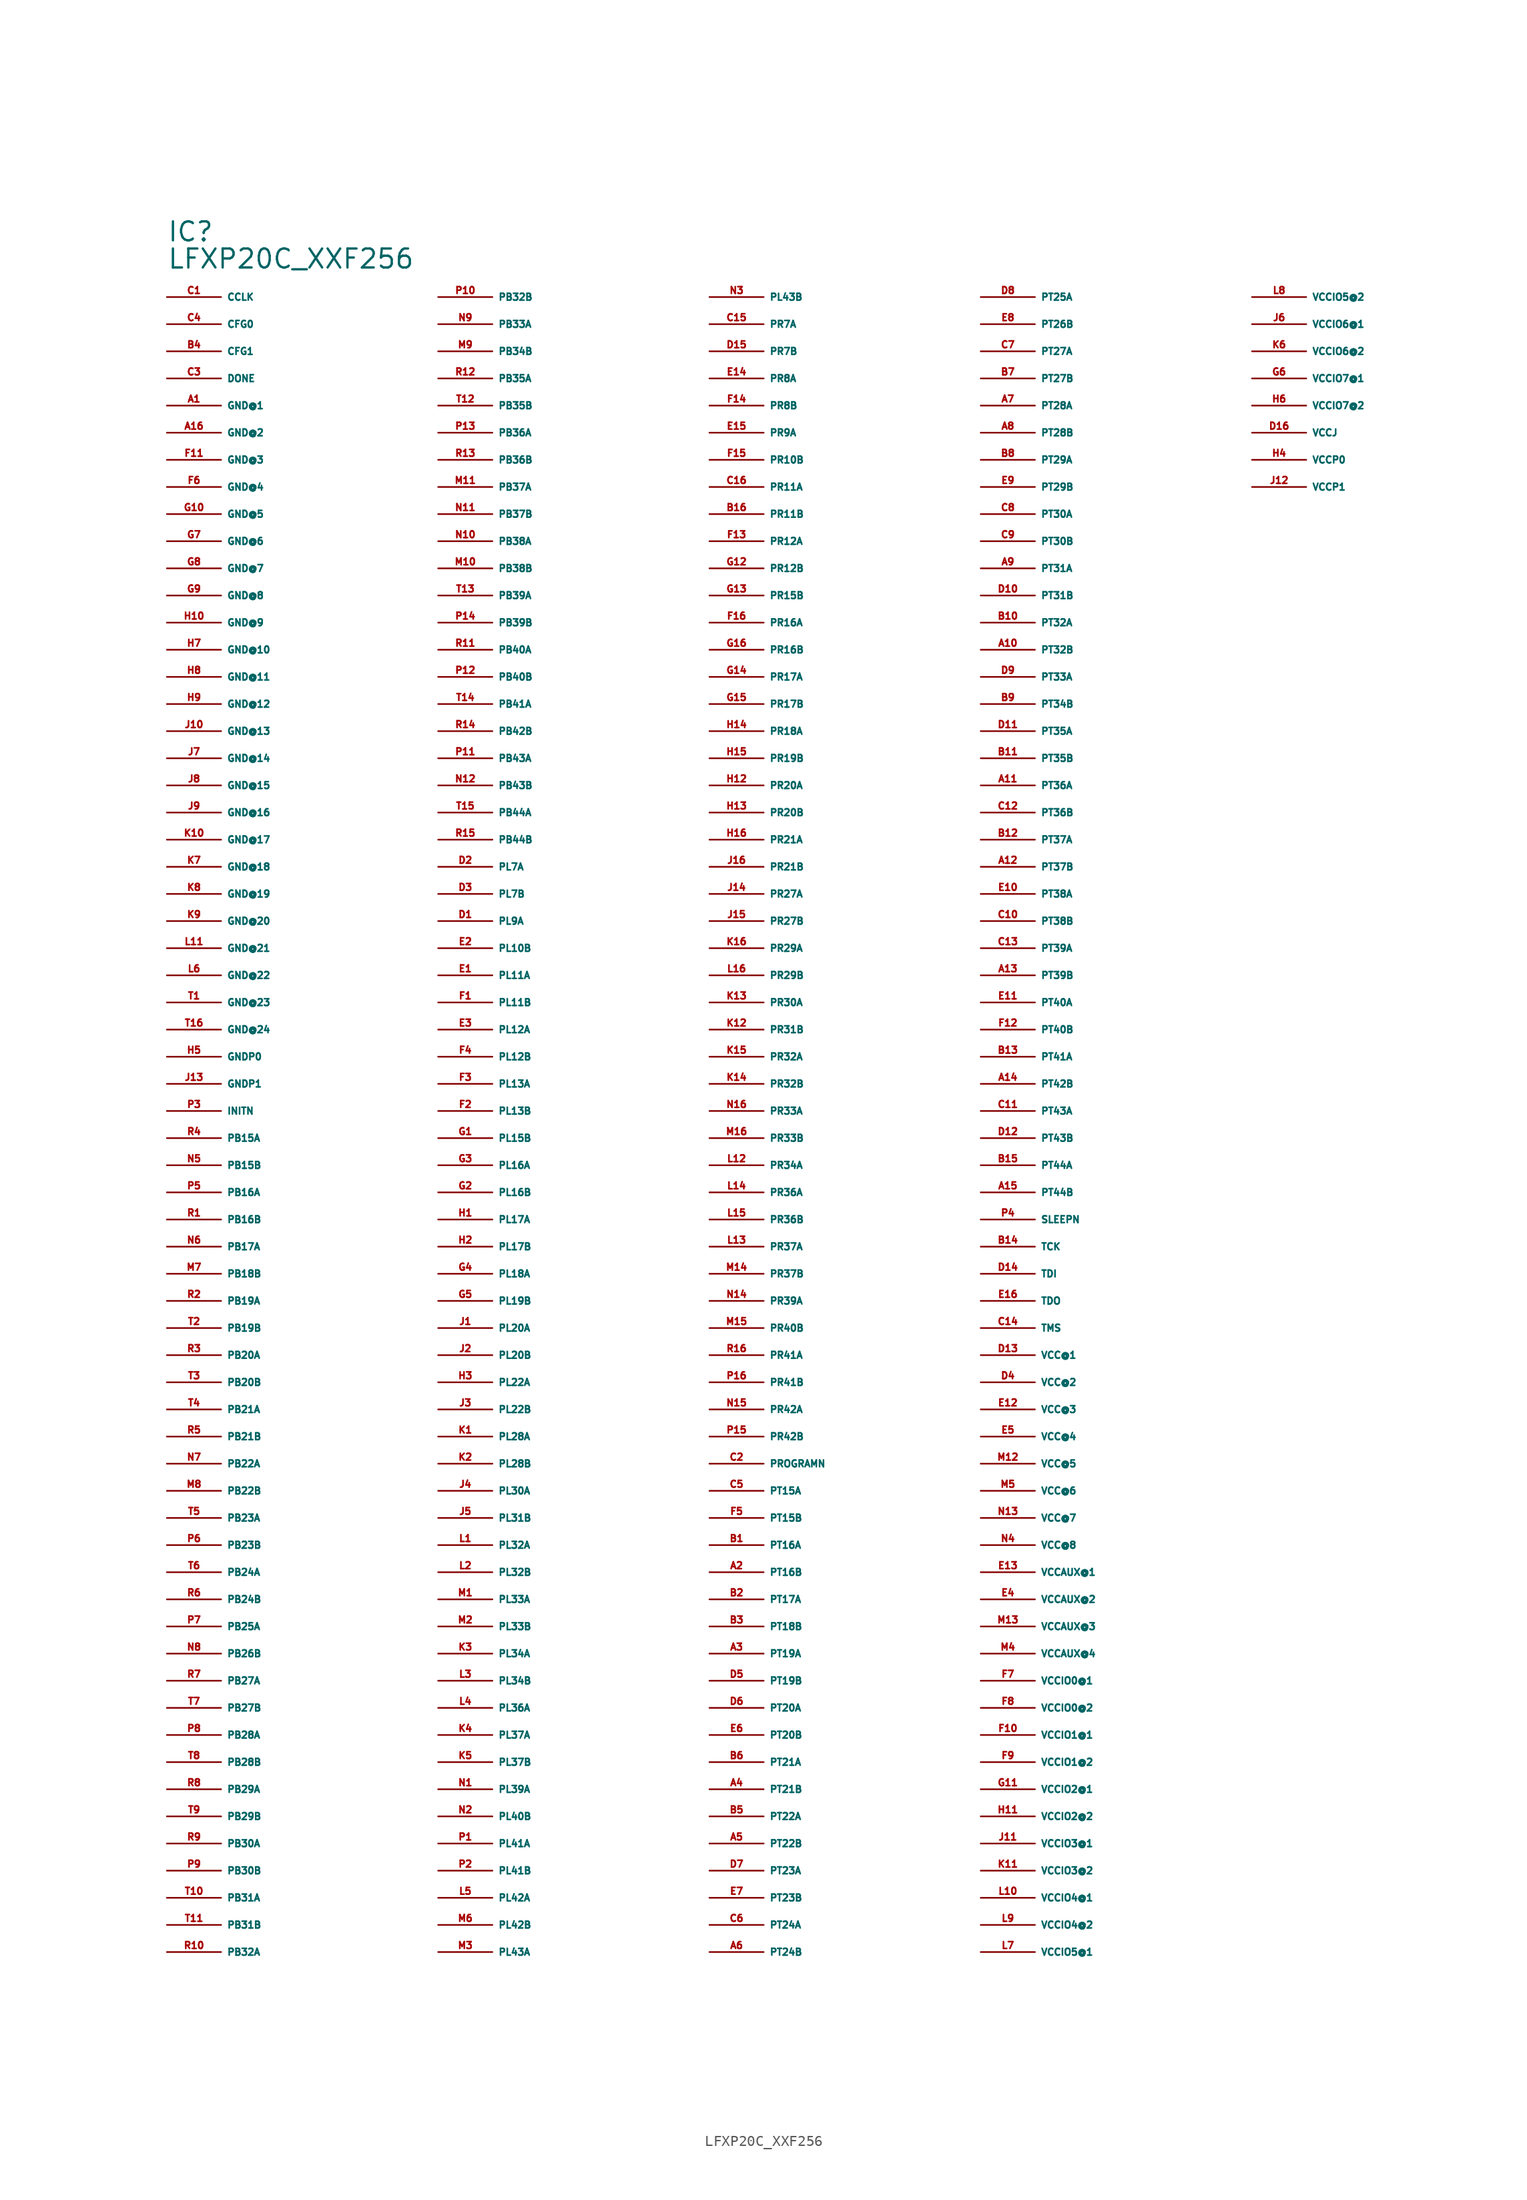
<source format=kicad_sym>
(kicad_symbol_lib
  (version 20220914)
  (generator Eagle2Kicad)
  (symbol "LFXP20C_XXF256"
    (property "Reference" "IC"
      (at -55.88 86.36 0)
      (effects (font (size 1.778 1.778) (thickness 0.22)) (justify left bottom)))
    (property "Value" "LFXP20C_XXF256"
      (at -55.88 83.82 0)
      (effects (font (size 1.778 1.778) (thickness 0.22)) (justify left bottom)))
    (pin bidirectional line
      (at -55.88 81.28 0)
      (length 5.08)
      (name "CCLK" (effects (font (size 0.635 0.635) (thickness 0.08)) (justify left bottom)))
      (number "C1" (effects (font (size 0.635 0.635) (thickness 0.08)) (justify left bottom))))
    (pin input line
      (at -55.88 78.74 0)
      (length 5.08)
      (name "CFG0" (effects (font (size 0.635 0.635) (thickness 0.08)) (justify left bottom)))
      (number "C4" (effects (font (size 0.635 0.635) (thickness 0.08)) (justify left bottom))))
    (pin input line
      (at -55.88 76.2 0)
      (length 5.08)
      (name "CFG1" (effects (font (size 0.635 0.635) (thickness 0.08)) (justify left bottom)))
      (number "B4" (effects (font (size 0.635 0.635) (thickness 0.08)) (justify left bottom))))
    (pin bidirectional line
      (at -55.88 73.66 0)
      (length 5.08)
      (name "DONE" (effects (font (size 0.635 0.635) (thickness 0.08)) (justify left bottom)))
      (number "C3" (effects (font (size 0.635 0.635) (thickness 0.08)) (justify left bottom))))
    (pin unspecified line
      (at -55.88 71.12 0)
      (length 5.08)
      (name "GND@1" (effects (font (size 0.635 0.635) (thickness 0.08)) (justify left bottom)))
      (number "A1" (effects (font (size 0.635 0.635) (thickness 0.08)) (justify left bottom))))
    (pin unspecified line
      (at -55.88 68.58 0)
      (length 5.08)
      (name "GND@2" (effects (font (size 0.635 0.635) (thickness 0.08)) (justify left bottom)))
      (number "A16" (effects (font (size 0.635 0.635) (thickness 0.08)) (justify left bottom))))
    (pin unspecified line
      (at -55.88 66.04 0)
      (length 5.08)
      (name "GND@3" (effects (font (size 0.635 0.635) (thickness 0.08)) (justify left bottom)))
      (number "F11" (effects (font (size 0.635 0.635) (thickness 0.08)) (justify left bottom))))
    (pin unspecified line
      (at -55.88 63.5 0)
      (length 5.08)
      (name "GND@4" (effects (font (size 0.635 0.635) (thickness 0.08)) (justify left bottom)))
      (number "F6" (effects (font (size 0.635 0.635) (thickness 0.08)) (justify left bottom))))
    (pin unspecified line
      (at -55.88 60.96 0)
      (length 5.08)
      (name "GND@5" (effects (font (size 0.635 0.635) (thickness 0.08)) (justify left bottom)))
      (number "G10" (effects (font (size 0.635 0.635) (thickness 0.08)) (justify left bottom))))
    (pin unspecified line
      (at -55.88 58.42 0)
      (length 5.08)
      (name "GND@6" (effects (font (size 0.635 0.635) (thickness 0.08)) (justify left bottom)))
      (number "G7" (effects (font (size 0.635 0.635) (thickness 0.08)) (justify left bottom))))
    (pin unspecified line
      (at -55.88 55.88 0)
      (length 5.08)
      (name "GND@7" (effects (font (size 0.635 0.635) (thickness 0.08)) (justify left bottom)))
      (number "G8" (effects (font (size 0.635 0.635) (thickness 0.08)) (justify left bottom))))
    (pin unspecified line
      (at -55.88 53.34 0)
      (length 5.08)
      (name "GND@8" (effects (font (size 0.635 0.635) (thickness 0.08)) (justify left bottom)))
      (number "G9" (effects (font (size 0.635 0.635) (thickness 0.08)) (justify left bottom))))
    (pin unspecified line
      (at -55.88 50.8 0)
      (length 5.08)
      (name "GND@9" (effects (font (size 0.635 0.635) (thickness 0.08)) (justify left bottom)))
      (number "H10" (effects (font (size 0.635 0.635) (thickness 0.08)) (justify left bottom))))
    (pin unspecified line
      (at -55.88 48.26 0)
      (length 5.08)
      (name "GND@10" (effects (font (size 0.635 0.635) (thickness 0.08)) (justify left bottom)))
      (number "H7" (effects (font (size 0.635 0.635) (thickness 0.08)) (justify left bottom))))
    (pin unspecified line
      (at -55.88 45.72 0)
      (length 5.08)
      (name "GND@11" (effects (font (size 0.635 0.635) (thickness 0.08)) (justify left bottom)))
      (number "H8" (effects (font (size 0.635 0.635) (thickness 0.08)) (justify left bottom))))
    (pin unspecified line
      (at -55.88 43.18 0)
      (length 5.08)
      (name "GND@12" (effects (font (size 0.635 0.635) (thickness 0.08)) (justify left bottom)))
      (number "H9" (effects (font (size 0.635 0.635) (thickness 0.08)) (justify left bottom))))
    (pin unspecified line
      (at -55.88 40.64 0)
      (length 5.08)
      (name "GND@13" (effects (font (size 0.635 0.635) (thickness 0.08)) (justify left bottom)))
      (number "J10" (effects (font (size 0.635 0.635) (thickness 0.08)) (justify left bottom))))
    (pin unspecified line
      (at -55.88 38.1 0)
      (length 5.08)
      (name "GND@14" (effects (font (size 0.635 0.635) (thickness 0.08)) (justify left bottom)))
      (number "J7" (effects (font (size 0.635 0.635) (thickness 0.08)) (justify left bottom))))
    (pin unspecified line
      (at -55.88 35.56 0)
      (length 5.08)
      (name "GND@15" (effects (font (size 0.635 0.635) (thickness 0.08)) (justify left bottom)))
      (number "J8" (effects (font (size 0.635 0.635) (thickness 0.08)) (justify left bottom))))
    (pin unspecified line
      (at -55.88 33.02 0)
      (length 5.08)
      (name "GND@16" (effects (font (size 0.635 0.635) (thickness 0.08)) (justify left bottom)))
      (number "J9" (effects (font (size 0.635 0.635) (thickness 0.08)) (justify left bottom))))
    (pin unspecified line
      (at -55.88 30.48 0)
      (length 5.08)
      (name "GND@17" (effects (font (size 0.635 0.635) (thickness 0.08)) (justify left bottom)))
      (number "K10" (effects (font (size 0.635 0.635) (thickness 0.08)) (justify left bottom))))
    (pin unspecified line
      (at -55.88 27.94 0)
      (length 5.08)
      (name "GND@18" (effects (font (size 0.635 0.635) (thickness 0.08)) (justify left bottom)))
      (number "K7" (effects (font (size 0.635 0.635) (thickness 0.08)) (justify left bottom))))
    (pin unspecified line
      (at -55.88 25.4 0)
      (length 5.08)
      (name "GND@19" (effects (font (size 0.635 0.635) (thickness 0.08)) (justify left bottom)))
      (number "K8" (effects (font (size 0.635 0.635) (thickness 0.08)) (justify left bottom))))
    (pin unspecified line
      (at -55.88 22.86 0)
      (length 5.08)
      (name "GND@20" (effects (font (size 0.635 0.635) (thickness 0.08)) (justify left bottom)))
      (number "K9" (effects (font (size 0.635 0.635) (thickness 0.08)) (justify left bottom))))
    (pin unspecified line
      (at -55.88 20.32 0)
      (length 5.08)
      (name "GND@21" (effects (font (size 0.635 0.635) (thickness 0.08)) (justify left bottom)))
      (number "L11" (effects (font (size 0.635 0.635) (thickness 0.08)) (justify left bottom))))
    (pin unspecified line
      (at -55.88 17.78 0)
      (length 5.08)
      (name "GND@22" (effects (font (size 0.635 0.635) (thickness 0.08)) (justify left bottom)))
      (number "L6" (effects (font (size 0.635 0.635) (thickness 0.08)) (justify left bottom))))
    (pin unspecified line
      (at -55.88 15.24 0)
      (length 5.08)
      (name "GND@23" (effects (font (size 0.635 0.635) (thickness 0.08)) (justify left bottom)))
      (number "T1" (effects (font (size 0.635 0.635) (thickness 0.08)) (justify left bottom))))
    (pin unspecified line
      (at -55.88 12.7 0)
      (length 5.08)
      (name "GND@24" (effects (font (size 0.635 0.635) (thickness 0.08)) (justify left bottom)))
      (number "T16" (effects (font (size 0.635 0.635) (thickness 0.08)) (justify left bottom))))
    (pin unspecified line
      (at -55.88 10.16 0)
      (length 5.08)
      (name "GNDP0" (effects (font (size 0.635 0.635) (thickness 0.08)) (justify left bottom)))
      (number "H5" (effects (font (size 0.635 0.635) (thickness 0.08)) (justify left bottom))))
    (pin unspecified line
      (at -55.88 7.62 0)
      (length 5.08)
      (name "GNDP1" (effects (font (size 0.635 0.635) (thickness 0.08)) (justify left bottom)))
      (number "J13" (effects (font (size 0.635 0.635) (thickness 0.08)) (justify left bottom))))
    (pin bidirectional line
      (at -55.88 5.08 0)
      (length 5.08)
      (name "INITN" (effects (font (size 0.635 0.635) (thickness 0.08)) (justify left bottom)))
      (number "P3" (effects (font (size 0.635 0.635) (thickness 0.08)) (justify left bottom))))
    (pin bidirectional line
      (at -55.88 2.54 0)
      (length 5.08)
      (name "PB15A" (effects (font (size 0.635 0.635) (thickness 0.08)) (justify left bottom)))
      (number "R4" (effects (font (size 0.635 0.635) (thickness 0.08)) (justify left bottom))))
    (pin bidirectional line
      (at -55.88 0 0)
      (length 5.08)
      (name "PB15B" (effects (font (size 0.635 0.635) (thickness 0.08)) (justify left bottom)))
      (number "N5" (effects (font (size 0.635 0.635) (thickness 0.08)) (justify left bottom))))
    (pin bidirectional line
      (at -55.88 -2.54 0)
      (length 5.08)
      (name "PB16A" (effects (font (size 0.635 0.635) (thickness 0.08)) (justify left bottom)))
      (number "P5" (effects (font (size 0.635 0.635) (thickness 0.08)) (justify left bottom))))
    (pin bidirectional line
      (at -55.88 -5.08 0)
      (length 5.08)
      (name "PB16B" (effects (font (size 0.635 0.635) (thickness 0.08)) (justify left bottom)))
      (number "R1" (effects (font (size 0.635 0.635) (thickness 0.08)) (justify left bottom))))
    (pin bidirectional line
      (at -55.88 -7.62 0)
      (length 5.08)
      (name "PB17A" (effects (font (size 0.635 0.635) (thickness 0.08)) (justify left bottom)))
      (number "N6" (effects (font (size 0.635 0.635) (thickness 0.08)) (justify left bottom))))
    (pin bidirectional line
      (at -55.88 -10.16 0)
      (length 5.08)
      (name "PB18B" (effects (font (size 0.635 0.635) (thickness 0.08)) (justify left bottom)))
      (number "M7" (effects (font (size 0.635 0.635) (thickness 0.08)) (justify left bottom))))
    (pin bidirectional line
      (at -55.88 -12.7 0)
      (length 5.08)
      (name "PB19A" (effects (font (size 0.635 0.635) (thickness 0.08)) (justify left bottom)))
      (number "R2" (effects (font (size 0.635 0.635) (thickness 0.08)) (justify left bottom))))
    (pin bidirectional line
      (at -55.88 -15.24 0)
      (length 5.08)
      (name "PB19B" (effects (font (size 0.635 0.635) (thickness 0.08)) (justify left bottom)))
      (number "T2" (effects (font (size 0.635 0.635) (thickness 0.08)) (justify left bottom))))
    (pin bidirectional line
      (at -55.88 -17.78 0)
      (length 5.08)
      (name "PB20A" (effects (font (size 0.635 0.635) (thickness 0.08)) (justify left bottom)))
      (number "R3" (effects (font (size 0.635 0.635) (thickness 0.08)) (justify left bottom))))
    (pin bidirectional line
      (at -55.88 -20.32 0)
      (length 5.08)
      (name "PB20B" (effects (font (size 0.635 0.635) (thickness 0.08)) (justify left bottom)))
      (number "T3" (effects (font (size 0.635 0.635) (thickness 0.08)) (justify left bottom))))
    (pin bidirectional line
      (at -55.88 -22.86 0)
      (length 5.08)
      (name "PB21A" (effects (font (size 0.635 0.635) (thickness 0.08)) (justify left bottom)))
      (number "T4" (effects (font (size 0.635 0.635) (thickness 0.08)) (justify left bottom))))
    (pin bidirectional line
      (at -55.88 -25.4 0)
      (length 5.08)
      (name "PB21B" (effects (font (size 0.635 0.635) (thickness 0.08)) (justify left bottom)))
      (number "R5" (effects (font (size 0.635 0.635) (thickness 0.08)) (justify left bottom))))
    (pin bidirectional line
      (at -55.88 -27.94 0)
      (length 5.08)
      (name "PB22A" (effects (font (size 0.635 0.635) (thickness 0.08)) (justify left bottom)))
      (number "N7" (effects (font (size 0.635 0.635) (thickness 0.08)) (justify left bottom))))
    (pin bidirectional line
      (at -55.88 -30.48 0)
      (length 5.08)
      (name "PB22B" (effects (font (size 0.635 0.635) (thickness 0.08)) (justify left bottom)))
      (number "M8" (effects (font (size 0.635 0.635) (thickness 0.08)) (justify left bottom))))
    (pin bidirectional line
      (at -55.88 -33.02 0)
      (length 5.08)
      (name "PB23A" (effects (font (size 0.635 0.635) (thickness 0.08)) (justify left bottom)))
      (number "T5" (effects (font (size 0.635 0.635) (thickness 0.08)) (justify left bottom))))
    (pin bidirectional line
      (at -55.88 -35.56 0)
      (length 5.08)
      (name "PB23B" (effects (font (size 0.635 0.635) (thickness 0.08)) (justify left bottom)))
      (number "P6" (effects (font (size 0.635 0.635) (thickness 0.08)) (justify left bottom))))
    (pin bidirectional line
      (at -55.88 -38.1 0)
      (length 5.08)
      (name "PB24A" (effects (font (size 0.635 0.635) (thickness 0.08)) (justify left bottom)))
      (number "T6" (effects (font (size 0.635 0.635) (thickness 0.08)) (justify left bottom))))
    (pin bidirectional line
      (at -55.88 -40.64 0)
      (length 5.08)
      (name "PB24B" (effects (font (size 0.635 0.635) (thickness 0.08)) (justify left bottom)))
      (number "R6" (effects (font (size 0.635 0.635) (thickness 0.08)) (justify left bottom))))
    (pin bidirectional line
      (at -55.88 -43.18 0)
      (length 5.08)
      (name "PB25A" (effects (font (size 0.635 0.635) (thickness 0.08)) (justify left bottom)))
      (number "P7" (effects (font (size 0.635 0.635) (thickness 0.08)) (justify left bottom))))
    (pin bidirectional line
      (at -55.88 -45.72 0)
      (length 5.08)
      (name "PB26B" (effects (font (size 0.635 0.635) (thickness 0.08)) (justify left bottom)))
      (number "N8" (effects (font (size 0.635 0.635) (thickness 0.08)) (justify left bottom))))
    (pin bidirectional line
      (at -55.88 -48.26 0)
      (length 5.08)
      (name "PB27A" (effects (font (size 0.635 0.635) (thickness 0.08)) (justify left bottom)))
      (number "R7" (effects (font (size 0.635 0.635) (thickness 0.08)) (justify left bottom))))
    (pin bidirectional line
      (at -55.88 -50.8 0)
      (length 5.08)
      (name "PB27B" (effects (font (size 0.635 0.635) (thickness 0.08)) (justify left bottom)))
      (number "T7" (effects (font (size 0.635 0.635) (thickness 0.08)) (justify left bottom))))
    (pin bidirectional line
      (at -55.88 -53.34 0)
      (length 5.08)
      (name "PB28A" (effects (font (size 0.635 0.635) (thickness 0.08)) (justify left bottom)))
      (number "P8" (effects (font (size 0.635 0.635) (thickness 0.08)) (justify left bottom))))
    (pin bidirectional line
      (at -55.88 -55.88 0)
      (length 5.08)
      (name "PB28B" (effects (font (size 0.635 0.635) (thickness 0.08)) (justify left bottom)))
      (number "T8" (effects (font (size 0.635 0.635) (thickness 0.08)) (justify left bottom))))
    (pin bidirectional line
      (at -55.88 -58.42 0)
      (length 5.08)
      (name "PB29A" (effects (font (size 0.635 0.635) (thickness 0.08)) (justify left bottom)))
      (number "R8" (effects (font (size 0.635 0.635) (thickness 0.08)) (justify left bottom))))
    (pin bidirectional line
      (at -55.88 -60.96 0)
      (length 5.08)
      (name "PB29B" (effects (font (size 0.635 0.635) (thickness 0.08)) (justify left bottom)))
      (number "T9" (effects (font (size 0.635 0.635) (thickness 0.08)) (justify left bottom))))
    (pin bidirectional line
      (at -55.88 -63.5 0)
      (length 5.08)
      (name "PB30A" (effects (font (size 0.635 0.635) (thickness 0.08)) (justify left bottom)))
      (number "R9" (effects (font (size 0.635 0.635) (thickness 0.08)) (justify left bottom))))
    (pin bidirectional line
      (at -55.88 -66.04 0)
      (length 5.08)
      (name "PB30B" (effects (font (size 0.635 0.635) (thickness 0.08)) (justify left bottom)))
      (number "P9" (effects (font (size 0.635 0.635) (thickness 0.08)) (justify left bottom))))
    (pin bidirectional line
      (at -55.88 -68.58 0)
      (length 5.08)
      (name "PB31A" (effects (font (size 0.635 0.635) (thickness 0.08)) (justify left bottom)))
      (number "T10" (effects (font (size 0.635 0.635) (thickness 0.08)) (justify left bottom))))
    (pin bidirectional line
      (at -55.88 -71.12 0)
      (length 5.08)
      (name "PB31B" (effects (font (size 0.635 0.635) (thickness 0.08)) (justify left bottom)))
      (number "T11" (effects (font (size 0.635 0.635) (thickness 0.08)) (justify left bottom))))
    (pin bidirectional line
      (at -55.88 -73.66 0)
      (length 5.08)
      (name "PB32A" (effects (font (size 0.635 0.635) (thickness 0.08)) (justify left bottom)))
      (number "R10" (effects (font (size 0.635 0.635) (thickness 0.08)) (justify left bottom))))
    (pin bidirectional line
      (at -30.48 81.28 0)
      (length 5.08)
      (name "PB32B" (effects (font (size 0.635 0.635) (thickness 0.08)) (justify left bottom)))
      (number "P10" (effects (font (size 0.635 0.635) (thickness 0.08)) (justify left bottom))))
    (pin bidirectional line
      (at -30.48 78.74 0)
      (length 5.08)
      (name "PB33A" (effects (font (size 0.635 0.635) (thickness 0.08)) (justify left bottom)))
      (number "N9" (effects (font (size 0.635 0.635) (thickness 0.08)) (justify left bottom))))
    (pin bidirectional line
      (at -30.48 76.2 0)
      (length 5.08)
      (name "PB34B" (effects (font (size 0.635 0.635) (thickness 0.08)) (justify left bottom)))
      (number "M9" (effects (font (size 0.635 0.635) (thickness 0.08)) (justify left bottom))))
    (pin bidirectional line
      (at -30.48 73.66 0)
      (length 5.08)
      (name "PB35A" (effects (font (size 0.635 0.635) (thickness 0.08)) (justify left bottom)))
      (number "R12" (effects (font (size 0.635 0.635) (thickness 0.08)) (justify left bottom))))
    (pin bidirectional line
      (at -30.48 71.12 0)
      (length 5.08)
      (name "PB35B" (effects (font (size 0.635 0.635) (thickness 0.08)) (justify left bottom)))
      (number "T12" (effects (font (size 0.635 0.635) (thickness 0.08)) (justify left bottom))))
    (pin bidirectional line
      (at -30.48 68.58 0)
      (length 5.08)
      (name "PB36A" (effects (font (size 0.635 0.635) (thickness 0.08)) (justify left bottom)))
      (number "P13" (effects (font (size 0.635 0.635) (thickness 0.08)) (justify left bottom))))
    (pin bidirectional line
      (at -30.48 66.04 0)
      (length 5.08)
      (name "PB36B" (effects (font (size 0.635 0.635) (thickness 0.08)) (justify left bottom)))
      (number "R13" (effects (font (size 0.635 0.635) (thickness 0.08)) (justify left bottom))))
    (pin bidirectional line
      (at -30.48 63.5 0)
      (length 5.08)
      (name "PB37A" (effects (font (size 0.635 0.635) (thickness 0.08)) (justify left bottom)))
      (number "M11" (effects (font (size 0.635 0.635) (thickness 0.08)) (justify left bottom))))
    (pin bidirectional line
      (at -30.48 60.96 0)
      (length 5.08)
      (name "PB37B" (effects (font (size 0.635 0.635) (thickness 0.08)) (justify left bottom)))
      (number "N11" (effects (font (size 0.635 0.635) (thickness 0.08)) (justify left bottom))))
    (pin bidirectional line
      (at -30.48 58.42 0)
      (length 5.08)
      (name "PB38A" (effects (font (size 0.635 0.635) (thickness 0.08)) (justify left bottom)))
      (number "N10" (effects (font (size 0.635 0.635) (thickness 0.08)) (justify left bottom))))
    (pin bidirectional line
      (at -30.48 55.88 0)
      (length 5.08)
      (name "PB38B" (effects (font (size 0.635 0.635) (thickness 0.08)) (justify left bottom)))
      (number "M10" (effects (font (size 0.635 0.635) (thickness 0.08)) (justify left bottom))))
    (pin bidirectional line
      (at -30.48 53.34 0)
      (length 5.08)
      (name "PB39A" (effects (font (size 0.635 0.635) (thickness 0.08)) (justify left bottom)))
      (number "T13" (effects (font (size 0.635 0.635) (thickness 0.08)) (justify left bottom))))
    (pin bidirectional line
      (at -30.48 50.8 0)
      (length 5.08)
      (name "PB39B" (effects (font (size 0.635 0.635) (thickness 0.08)) (justify left bottom)))
      (number "P14" (effects (font (size 0.635 0.635) (thickness 0.08)) (justify left bottom))))
    (pin bidirectional line
      (at -30.48 48.26 0)
      (length 5.08)
      (name "PB40A" (effects (font (size 0.635 0.635) (thickness 0.08)) (justify left bottom)))
      (number "R11" (effects (font (size 0.635 0.635) (thickness 0.08)) (justify left bottom))))
    (pin bidirectional line
      (at -30.48 45.72 0)
      (length 5.08)
      (name "PB40B" (effects (font (size 0.635 0.635) (thickness 0.08)) (justify left bottom)))
      (number "P12" (effects (font (size 0.635 0.635) (thickness 0.08)) (justify left bottom))))
    (pin bidirectional line
      (at -30.48 43.18 0)
      (length 5.08)
      (name "PB41A" (effects (font (size 0.635 0.635) (thickness 0.08)) (justify left bottom)))
      (number "T14" (effects (font (size 0.635 0.635) (thickness 0.08)) (justify left bottom))))
    (pin bidirectional line
      (at -30.48 40.64 0)
      (length 5.08)
      (name "PB42B" (effects (font (size 0.635 0.635) (thickness 0.08)) (justify left bottom)))
      (number "R14" (effects (font (size 0.635 0.635) (thickness 0.08)) (justify left bottom))))
    (pin bidirectional line
      (at -30.48 38.1 0)
      (length 5.08)
      (name "PB43A" (effects (font (size 0.635 0.635) (thickness 0.08)) (justify left bottom)))
      (number "P11" (effects (font (size 0.635 0.635) (thickness 0.08)) (justify left bottom))))
    (pin bidirectional line
      (at -30.48 35.56 0)
      (length 5.08)
      (name "PB43B" (effects (font (size 0.635 0.635) (thickness 0.08)) (justify left bottom)))
      (number "N12" (effects (font (size 0.635 0.635) (thickness 0.08)) (justify left bottom))))
    (pin bidirectional line
      (at -30.48 33.02 0)
      (length 5.08)
      (name "PB44A" (effects (font (size 0.635 0.635) (thickness 0.08)) (justify left bottom)))
      (number "T15" (effects (font (size 0.635 0.635) (thickness 0.08)) (justify left bottom))))
    (pin bidirectional line
      (at -30.48 30.48 0)
      (length 5.08)
      (name "PB44B" (effects (font (size 0.635 0.635) (thickness 0.08)) (justify left bottom)))
      (number "R15" (effects (font (size 0.635 0.635) (thickness 0.08)) (justify left bottom))))
    (pin bidirectional line
      (at -30.48 27.94 0)
      (length 5.08)
      (name "PL7A" (effects (font (size 0.635 0.635) (thickness 0.08)) (justify left bottom)))
      (number "D2" (effects (font (size 0.635 0.635) (thickness 0.08)) (justify left bottom))))
    (pin bidirectional line
      (at -30.48 25.4 0)
      (length 5.08)
      (name "PL7B" (effects (font (size 0.635 0.635) (thickness 0.08)) (justify left bottom)))
      (number "D3" (effects (font (size 0.635 0.635) (thickness 0.08)) (justify left bottom))))
    (pin bidirectional line
      (at -30.48 22.86 0)
      (length 5.08)
      (name "PL9A" (effects (font (size 0.635 0.635) (thickness 0.08)) (justify left bottom)))
      (number "D1" (effects (font (size 0.635 0.635) (thickness 0.08)) (justify left bottom))))
    (pin bidirectional line
      (at -30.48 20.32 0)
      (length 5.08)
      (name "PL10B" (effects (font (size 0.635 0.635) (thickness 0.08)) (justify left bottom)))
      (number "E2" (effects (font (size 0.635 0.635) (thickness 0.08)) (justify left bottom))))
    (pin bidirectional line
      (at -30.48 17.78 0)
      (length 5.08)
      (name "PL11A" (effects (font (size 0.635 0.635) (thickness 0.08)) (justify left bottom)))
      (number "E1" (effects (font (size 0.635 0.635) (thickness 0.08)) (justify left bottom))))
    (pin bidirectional line
      (at -30.48 15.24 0)
      (length 5.08)
      (name "PL11B" (effects (font (size 0.635 0.635) (thickness 0.08)) (justify left bottom)))
      (number "F1" (effects (font (size 0.635 0.635) (thickness 0.08)) (justify left bottom))))
    (pin bidirectional line
      (at -30.48 12.7 0)
      (length 5.08)
      (name "PL12A" (effects (font (size 0.635 0.635) (thickness 0.08)) (justify left bottom)))
      (number "E3" (effects (font (size 0.635 0.635) (thickness 0.08)) (justify left bottom))))
    (pin bidirectional line
      (at -30.48 10.16 0)
      (length 5.08)
      (name "PL12B" (effects (font (size 0.635 0.635) (thickness 0.08)) (justify left bottom)))
      (number "F4" (effects (font (size 0.635 0.635) (thickness 0.08)) (justify left bottom))))
    (pin bidirectional line
      (at -30.48 7.62 0)
      (length 5.08)
      (name "PL13A" (effects (font (size 0.635 0.635) (thickness 0.08)) (justify left bottom)))
      (number "F3" (effects (font (size 0.635 0.635) (thickness 0.08)) (justify left bottom))))
    (pin bidirectional line
      (at -30.48 5.08 0)
      (length 5.08)
      (name "PL13B" (effects (font (size 0.635 0.635) (thickness 0.08)) (justify left bottom)))
      (number "F2" (effects (font (size 0.635 0.635) (thickness 0.08)) (justify left bottom))))
    (pin bidirectional line
      (at -30.48 2.54 0)
      (length 5.08)
      (name "PL15B" (effects (font (size 0.635 0.635) (thickness 0.08)) (justify left bottom)))
      (number "G1" (effects (font (size 0.635 0.635) (thickness 0.08)) (justify left bottom))))
    (pin bidirectional line
      (at -30.48 0 0)
      (length 5.08)
      (name "PL16A" (effects (font (size 0.635 0.635) (thickness 0.08)) (justify left bottom)))
      (number "G3" (effects (font (size 0.635 0.635) (thickness 0.08)) (justify left bottom))))
    (pin bidirectional line
      (at -30.48 -2.54 0)
      (length 5.08)
      (name "PL16B" (effects (font (size 0.635 0.635) (thickness 0.08)) (justify left bottom)))
      (number "G2" (effects (font (size 0.635 0.635) (thickness 0.08)) (justify left bottom))))
    (pin bidirectional line
      (at -30.48 -5.08 0)
      (length 5.08)
      (name "PL17A" (effects (font (size 0.635 0.635) (thickness 0.08)) (justify left bottom)))
      (number "H1" (effects (font (size 0.635 0.635) (thickness 0.08)) (justify left bottom))))
    (pin bidirectional line
      (at -30.48 -7.62 0)
      (length 5.08)
      (name "PL17B" (effects (font (size 0.635 0.635) (thickness 0.08)) (justify left bottom)))
      (number "H2" (effects (font (size 0.635 0.635) (thickness 0.08)) (justify left bottom))))
    (pin bidirectional line
      (at -30.48 -10.16 0)
      (length 5.08)
      (name "PL18A" (effects (font (size 0.635 0.635) (thickness 0.08)) (justify left bottom)))
      (number "G4" (effects (font (size 0.635 0.635) (thickness 0.08)) (justify left bottom))))
    (pin bidirectional line
      (at -30.48 -12.7 0)
      (length 5.08)
      (name "PL19B" (effects (font (size 0.635 0.635) (thickness 0.08)) (justify left bottom)))
      (number "G5" (effects (font (size 0.635 0.635) (thickness 0.08)) (justify left bottom))))
    (pin bidirectional line
      (at -30.48 -15.24 0)
      (length 5.08)
      (name "PL20A" (effects (font (size 0.635 0.635) (thickness 0.08)) (justify left bottom)))
      (number "J1" (effects (font (size 0.635 0.635) (thickness 0.08)) (justify left bottom))))
    (pin bidirectional line
      (at -30.48 -17.78 0)
      (length 5.08)
      (name "PL20B" (effects (font (size 0.635 0.635) (thickness 0.08)) (justify left bottom)))
      (number "J2" (effects (font (size 0.635 0.635) (thickness 0.08)) (justify left bottom))))
    (pin bidirectional line
      (at -30.48 -20.32 0)
      (length 5.08)
      (name "PL22A" (effects (font (size 0.635 0.635) (thickness 0.08)) (justify left bottom)))
      (number "H3" (effects (font (size 0.635 0.635) (thickness 0.08)) (justify left bottom))))
    (pin bidirectional line
      (at -30.48 -22.86 0)
      (length 5.08)
      (name "PL22B" (effects (font (size 0.635 0.635) (thickness 0.08)) (justify left bottom)))
      (number "J3" (effects (font (size 0.635 0.635) (thickness 0.08)) (justify left bottom))))
    (pin bidirectional line
      (at -30.48 -25.4 0)
      (length 5.08)
      (name "PL28A" (effects (font (size 0.635 0.635) (thickness 0.08)) (justify left bottom)))
      (number "K1" (effects (font (size 0.635 0.635) (thickness 0.08)) (justify left bottom))))
    (pin bidirectional line
      (at -30.48 -27.94 0)
      (length 5.08)
      (name "PL28B" (effects (font (size 0.635 0.635) (thickness 0.08)) (justify left bottom)))
      (number "K2" (effects (font (size 0.635 0.635) (thickness 0.08)) (justify left bottom))))
    (pin bidirectional line
      (at -30.48 -30.48 0)
      (length 5.08)
      (name "PL30A" (effects (font (size 0.635 0.635) (thickness 0.08)) (justify left bottom)))
      (number "J4" (effects (font (size 0.635 0.635) (thickness 0.08)) (justify left bottom))))
    (pin bidirectional line
      (at -30.48 -33.02 0)
      (length 5.08)
      (name "PL31B" (effects (font (size 0.635 0.635) (thickness 0.08)) (justify left bottom)))
      (number "J5" (effects (font (size 0.635 0.635) (thickness 0.08)) (justify left bottom))))
    (pin bidirectional line
      (at -30.48 -35.56 0)
      (length 5.08)
      (name "PL32A" (effects (font (size 0.635 0.635) (thickness 0.08)) (justify left bottom)))
      (number "L1" (effects (font (size 0.635 0.635) (thickness 0.08)) (justify left bottom))))
    (pin bidirectional line
      (at -30.48 -38.1 0)
      (length 5.08)
      (name "PL32B" (effects (font (size 0.635 0.635) (thickness 0.08)) (justify left bottom)))
      (number "L2" (effects (font (size 0.635 0.635) (thickness 0.08)) (justify left bottom))))
    (pin bidirectional line
      (at -30.48 -40.64 0)
      (length 5.08)
      (name "PL33A" (effects (font (size 0.635 0.635) (thickness 0.08)) (justify left bottom)))
      (number "M1" (effects (font (size 0.635 0.635) (thickness 0.08)) (justify left bottom))))
    (pin bidirectional line
      (at -30.48 -43.18 0)
      (length 5.08)
      (name "PL33B" (effects (font (size 0.635 0.635) (thickness 0.08)) (justify left bottom)))
      (number "M2" (effects (font (size 0.635 0.635) (thickness 0.08)) (justify left bottom))))
    (pin bidirectional line
      (at -30.48 -45.72 0)
      (length 5.08)
      (name "PL34A" (effects (font (size 0.635 0.635) (thickness 0.08)) (justify left bottom)))
      (number "K3" (effects (font (size 0.635 0.635) (thickness 0.08)) (justify left bottom))))
    (pin bidirectional line
      (at -30.48 -48.26 0)
      (length 5.08)
      (name "PL34B" (effects (font (size 0.635 0.635) (thickness 0.08)) (justify left bottom)))
      (number "L3" (effects (font (size 0.635 0.635) (thickness 0.08)) (justify left bottom))))
    (pin bidirectional line
      (at -30.48 -50.8 0)
      (length 5.08)
      (name "PL36A" (effects (font (size 0.635 0.635) (thickness 0.08)) (justify left bottom)))
      (number "L4" (effects (font (size 0.635 0.635) (thickness 0.08)) (justify left bottom))))
    (pin bidirectional line
      (at -30.48 -53.34 0)
      (length 5.08)
      (name "PL37A" (effects (font (size 0.635 0.635) (thickness 0.08)) (justify left bottom)))
      (number "K4" (effects (font (size 0.635 0.635) (thickness 0.08)) (justify left bottom))))
    (pin bidirectional line
      (at -30.48 -55.88 0)
      (length 5.08)
      (name "PL37B" (effects (font (size 0.635 0.635) (thickness 0.08)) (justify left bottom)))
      (number "K5" (effects (font (size 0.635 0.635) (thickness 0.08)) (justify left bottom))))
    (pin bidirectional line
      (at -30.48 -58.42 0)
      (length 5.08)
      (name "PL39A" (effects (font (size 0.635 0.635) (thickness 0.08)) (justify left bottom)))
      (number "N1" (effects (font (size 0.635 0.635) (thickness 0.08)) (justify left bottom))))
    (pin bidirectional line
      (at -30.48 -60.96 0)
      (length 5.08)
      (name "PL40B" (effects (font (size 0.635 0.635) (thickness 0.08)) (justify left bottom)))
      (number "N2" (effects (font (size 0.635 0.635) (thickness 0.08)) (justify left bottom))))
    (pin bidirectional line
      (at -30.48 -63.5 0)
      (length 5.08)
      (name "PL41A" (effects (font (size 0.635 0.635) (thickness 0.08)) (justify left bottom)))
      (number "P1" (effects (font (size 0.635 0.635) (thickness 0.08)) (justify left bottom))))
    (pin bidirectional line
      (at -30.48 -66.04 0)
      (length 5.08)
      (name "PL41B" (effects (font (size 0.635 0.635) (thickness 0.08)) (justify left bottom)))
      (number "P2" (effects (font (size 0.635 0.635) (thickness 0.08)) (justify left bottom))))
    (pin bidirectional line
      (at -30.48 -68.58 0)
      (length 5.08)
      (name "PL42A" (effects (font (size 0.635 0.635) (thickness 0.08)) (justify left bottom)))
      (number "L5" (effects (font (size 0.635 0.635) (thickness 0.08)) (justify left bottom))))
    (pin bidirectional line
      (at -30.48 -71.12 0)
      (length 5.08)
      (name "PL42B" (effects (font (size 0.635 0.635) (thickness 0.08)) (justify left bottom)))
      (number "M6" (effects (font (size 0.635 0.635) (thickness 0.08)) (justify left bottom))))
    (pin bidirectional line
      (at -30.48 -73.66 0)
      (length 5.08)
      (name "PL43A" (effects (font (size 0.635 0.635) (thickness 0.08)) (justify left bottom)))
      (number "M3" (effects (font (size 0.635 0.635) (thickness 0.08)) (justify left bottom))))
    (pin bidirectional line
      (at -5.08 81.28 0)
      (length 5.08)
      (name "PL43B" (effects (font (size 0.635 0.635) (thickness 0.08)) (justify left bottom)))
      (number "N3" (effects (font (size 0.635 0.635) (thickness 0.08)) (justify left bottom))))
    (pin bidirectional line
      (at -5.08 78.74 0)
      (length 5.08)
      (name "PR7A" (effects (font (size 0.635 0.635) (thickness 0.08)) (justify left bottom)))
      (number "C15" (effects (font (size 0.635 0.635) (thickness 0.08)) (justify left bottom))))
    (pin bidirectional line
      (at -5.08 76.2 0)
      (length 5.08)
      (name "PR7B" (effects (font (size 0.635 0.635) (thickness 0.08)) (justify left bottom)))
      (number "D15" (effects (font (size 0.635 0.635) (thickness 0.08)) (justify left bottom))))
    (pin bidirectional line
      (at -5.08 73.66 0)
      (length 5.08)
      (name "PR8A" (effects (font (size 0.635 0.635) (thickness 0.08)) (justify left bottom)))
      (number "E14" (effects (font (size 0.635 0.635) (thickness 0.08)) (justify left bottom))))
    (pin bidirectional line
      (at -5.08 71.12 0)
      (length 5.08)
      (name "PR8B" (effects (font (size 0.635 0.635) (thickness 0.08)) (justify left bottom)))
      (number "F14" (effects (font (size 0.635 0.635) (thickness 0.08)) (justify left bottom))))
    (pin bidirectional line
      (at -5.08 68.58 0)
      (length 5.08)
      (name "PR9A" (effects (font (size 0.635 0.635) (thickness 0.08)) (justify left bottom)))
      (number "E15" (effects (font (size 0.635 0.635) (thickness 0.08)) (justify left bottom))))
    (pin bidirectional line
      (at -5.08 66.04 0)
      (length 5.08)
      (name "PR10B" (effects (font (size 0.635 0.635) (thickness 0.08)) (justify left bottom)))
      (number "F15" (effects (font (size 0.635 0.635) (thickness 0.08)) (justify left bottom))))
    (pin bidirectional line
      (at -5.08 63.5 0)
      (length 5.08)
      (name "PR11A" (effects (font (size 0.635 0.635) (thickness 0.08)) (justify left bottom)))
      (number "C16" (effects (font (size 0.635 0.635) (thickness 0.08)) (justify left bottom))))
    (pin bidirectional line
      (at -5.08 60.96 0)
      (length 5.08)
      (name "PR11B" (effects (font (size 0.635 0.635) (thickness 0.08)) (justify left bottom)))
      (number "B16" (effects (font (size 0.635 0.635) (thickness 0.08)) (justify left bottom))))
    (pin bidirectional line
      (at -5.08 58.42 0)
      (length 5.08)
      (name "PR12A" (effects (font (size 0.635 0.635) (thickness 0.08)) (justify left bottom)))
      (number "F13" (effects (font (size 0.635 0.635) (thickness 0.08)) (justify left bottom))))
    (pin bidirectional line
      (at -5.08 55.88 0)
      (length 5.08)
      (name "PR12B" (effects (font (size 0.635 0.635) (thickness 0.08)) (justify left bottom)))
      (number "G12" (effects (font (size 0.635 0.635) (thickness 0.08)) (justify left bottom))))
    (pin bidirectional line
      (at -5.08 53.34 0)
      (length 5.08)
      (name "PR15B" (effects (font (size 0.635 0.635) (thickness 0.08)) (justify left bottom)))
      (number "G13" (effects (font (size 0.635 0.635) (thickness 0.08)) (justify left bottom))))
    (pin bidirectional line
      (at -5.08 50.8 0)
      (length 5.08)
      (name "PR16A" (effects (font (size 0.635 0.635) (thickness 0.08)) (justify left bottom)))
      (number "F16" (effects (font (size 0.635 0.635) (thickness 0.08)) (justify left bottom))))
    (pin bidirectional line
      (at -5.08 48.26 0)
      (length 5.08)
      (name "PR16B" (effects (font (size 0.635 0.635) (thickness 0.08)) (justify left bottom)))
      (number "G16" (effects (font (size 0.635 0.635) (thickness 0.08)) (justify left bottom))))
    (pin bidirectional line
      (at -5.08 45.72 0)
      (length 5.08)
      (name "PR17A" (effects (font (size 0.635 0.635) (thickness 0.08)) (justify left bottom)))
      (number "G14" (effects (font (size 0.635 0.635) (thickness 0.08)) (justify left bottom))))
    (pin bidirectional line
      (at -5.08 43.18 0)
      (length 5.08)
      (name "PR17B" (effects (font (size 0.635 0.635) (thickness 0.08)) (justify left bottom)))
      (number "G15" (effects (font (size 0.635 0.635) (thickness 0.08)) (justify left bottom))))
    (pin bidirectional line
      (at -5.08 40.64 0)
      (length 5.08)
      (name "PR18A" (effects (font (size 0.635 0.635) (thickness 0.08)) (justify left bottom)))
      (number "H14" (effects (font (size 0.635 0.635) (thickness 0.08)) (justify left bottom))))
    (pin bidirectional line
      (at -5.08 38.1 0)
      (length 5.08)
      (name "PR19B" (effects (font (size 0.635 0.635) (thickness 0.08)) (justify left bottom)))
      (number "H15" (effects (font (size 0.635 0.635) (thickness 0.08)) (justify left bottom))))
    (pin bidirectional line
      (at -5.08 35.56 0)
      (length 5.08)
      (name "PR20A" (effects (font (size 0.635 0.635) (thickness 0.08)) (justify left bottom)))
      (number "H12" (effects (font (size 0.635 0.635) (thickness 0.08)) (justify left bottom))))
    (pin bidirectional line
      (at -5.08 33.02 0)
      (length 5.08)
      (name "PR20B" (effects (font (size 0.635 0.635) (thickness 0.08)) (justify left bottom)))
      (number "H13" (effects (font (size 0.635 0.635) (thickness 0.08)) (justify left bottom))))
    (pin bidirectional line
      (at -5.08 30.48 0)
      (length 5.08)
      (name "PR21A" (effects (font (size 0.635 0.635) (thickness 0.08)) (justify left bottom)))
      (number "H16" (effects (font (size 0.635 0.635) (thickness 0.08)) (justify left bottom))))
    (pin bidirectional line
      (at -5.08 27.94 0)
      (length 5.08)
      (name "PR21B" (effects (font (size 0.635 0.635) (thickness 0.08)) (justify left bottom)))
      (number "J16" (effects (font (size 0.635 0.635) (thickness 0.08)) (justify left bottom))))
    (pin bidirectional line
      (at -5.08 25.4 0)
      (length 5.08)
      (name "PR27A" (effects (font (size 0.635 0.635) (thickness 0.08)) (justify left bottom)))
      (number "J14" (effects (font (size 0.635 0.635) (thickness 0.08)) (justify left bottom))))
    (pin bidirectional line
      (at -5.08 22.86 0)
      (length 5.08)
      (name "PR27B" (effects (font (size 0.635 0.635) (thickness 0.08)) (justify left bottom)))
      (number "J15" (effects (font (size 0.635 0.635) (thickness 0.08)) (justify left bottom))))
    (pin bidirectional line
      (at -5.08 20.32 0)
      (length 5.08)
      (name "PR29A" (effects (font (size 0.635 0.635) (thickness 0.08)) (justify left bottom)))
      (number "K16" (effects (font (size 0.635 0.635) (thickness 0.08)) (justify left bottom))))
    (pin bidirectional line
      (at -5.08 17.78 0)
      (length 5.08)
      (name "PR29B" (effects (font (size 0.635 0.635) (thickness 0.08)) (justify left bottom)))
      (number "L16" (effects (font (size 0.635 0.635) (thickness 0.08)) (justify left bottom))))
    (pin bidirectional line
      (at -5.08 15.24 0)
      (length 5.08)
      (name "PR30A" (effects (font (size 0.635 0.635) (thickness 0.08)) (justify left bottom)))
      (number "K13" (effects (font (size 0.635 0.635) (thickness 0.08)) (justify left bottom))))
    (pin bidirectional line
      (at -5.08 12.7 0)
      (length 5.08)
      (name "PR31B" (effects (font (size 0.635 0.635) (thickness 0.08)) (justify left bottom)))
      (number "K12" (effects (font (size 0.635 0.635) (thickness 0.08)) (justify left bottom))))
    (pin bidirectional line
      (at -5.08 10.16 0)
      (length 5.08)
      (name "PR32A" (effects (font (size 0.635 0.635) (thickness 0.08)) (justify left bottom)))
      (number "K15" (effects (font (size 0.635 0.635) (thickness 0.08)) (justify left bottom))))
    (pin bidirectional line
      (at -5.08 7.62 0)
      (length 5.08)
      (name "PR32B" (effects (font (size 0.635 0.635) (thickness 0.08)) (justify left bottom)))
      (number "K14" (effects (font (size 0.635 0.635) (thickness 0.08)) (justify left bottom))))
    (pin bidirectional line
      (at -5.08 5.08 0)
      (length 5.08)
      (name "PR33A" (effects (font (size 0.635 0.635) (thickness 0.08)) (justify left bottom)))
      (number "N16" (effects (font (size 0.635 0.635) (thickness 0.08)) (justify left bottom))))
    (pin bidirectional line
      (at -5.08 2.54 0)
      (length 5.08)
      (name "PR33B" (effects (font (size 0.635 0.635) (thickness 0.08)) (justify left bottom)))
      (number "M16" (effects (font (size 0.635 0.635) (thickness 0.08)) (justify left bottom))))
    (pin bidirectional line
      (at -5.08 0 0)
      (length 5.08)
      (name "PR34A" (effects (font (size 0.635 0.635) (thickness 0.08)) (justify left bottom)))
      (number "L12" (effects (font (size 0.635 0.635) (thickness 0.08)) (justify left bottom))))
    (pin bidirectional line
      (at -5.08 -2.54 0)
      (length 5.08)
      (name "PR36A" (effects (font (size 0.635 0.635) (thickness 0.08)) (justify left bottom)))
      (number "L14" (effects (font (size 0.635 0.635) (thickness 0.08)) (justify left bottom))))
    (pin bidirectional line
      (at -5.08 -5.08 0)
      (length 5.08)
      (name "PR36B" (effects (font (size 0.635 0.635) (thickness 0.08)) (justify left bottom)))
      (number "L15" (effects (font (size 0.635 0.635) (thickness 0.08)) (justify left bottom))))
    (pin bidirectional line
      (at -5.08 -7.62 0)
      (length 5.08)
      (name "PR37A" (effects (font (size 0.635 0.635) (thickness 0.08)) (justify left bottom)))
      (number "L13" (effects (font (size 0.635 0.635) (thickness 0.08)) (justify left bottom))))
    (pin bidirectional line
      (at -5.08 -10.16 0)
      (length 5.08)
      (name "PR37B" (effects (font (size 0.635 0.635) (thickness 0.08)) (justify left bottom)))
      (number "M14" (effects (font (size 0.635 0.635) (thickness 0.08)) (justify left bottom))))
    (pin bidirectional line
      (at -5.08 -12.7 0)
      (length 5.08)
      (name "PR39A" (effects (font (size 0.635 0.635) (thickness 0.08)) (justify left bottom)))
      (number "N14" (effects (font (size 0.635 0.635) (thickness 0.08)) (justify left bottom))))
    (pin bidirectional line
      (at -5.08 -15.24 0)
      (length 5.08)
      (name "PR40B" (effects (font (size 0.635 0.635) (thickness 0.08)) (justify left bottom)))
      (number "M15" (effects (font (size 0.635 0.635) (thickness 0.08)) (justify left bottom))))
    (pin bidirectional line
      (at -5.08 -17.78 0)
      (length 5.08)
      (name "PR41A" (effects (font (size 0.635 0.635) (thickness 0.08)) (justify left bottom)))
      (number "R16" (effects (font (size 0.635 0.635) (thickness 0.08)) (justify left bottom))))
    (pin bidirectional line
      (at -5.08 -20.32 0)
      (length 5.08)
      (name "PR41B" (effects (font (size 0.635 0.635) (thickness 0.08)) (justify left bottom)))
      (number "P16" (effects (font (size 0.635 0.635) (thickness 0.08)) (justify left bottom))))
    (pin bidirectional line
      (at -5.08 -22.86 0)
      (length 5.08)
      (name "PR42A" (effects (font (size 0.635 0.635) (thickness 0.08)) (justify left bottom)))
      (number "N15" (effects (font (size 0.635 0.635) (thickness 0.08)) (justify left bottom))))
    (pin bidirectional line
      (at -5.08 -25.4 0)
      (length 5.08)
      (name "PR42B" (effects (font (size 0.635 0.635) (thickness 0.08)) (justify left bottom)))
      (number "P15" (effects (font (size 0.635 0.635) (thickness 0.08)) (justify left bottom))))
    (pin input line
      (at -5.08 -27.94 0)
      (length 5.08)
      (name "PROGRAMN" (effects (font (size 0.635 0.635) (thickness 0.08)) (justify left bottom)))
      (number "C2" (effects (font (size 0.635 0.635) (thickness 0.08)) (justify left bottom))))
    (pin bidirectional line
      (at -5.08 -30.48 0)
      (length 5.08)
      (name "PT15A" (effects (font (size 0.635 0.635) (thickness 0.08)) (justify left bottom)))
      (number "C5" (effects (font (size 0.635 0.635) (thickness 0.08)) (justify left bottom))))
    (pin bidirectional line
      (at -5.08 -33.02 0)
      (length 5.08)
      (name "PT15B" (effects (font (size 0.635 0.635) (thickness 0.08)) (justify left bottom)))
      (number "F5" (effects (font (size 0.635 0.635) (thickness 0.08)) (justify left bottom))))
    (pin bidirectional line
      (at -5.08 -35.56 0)
      (length 5.08)
      (name "PT16A" (effects (font (size 0.635 0.635) (thickness 0.08)) (justify left bottom)))
      (number "B1" (effects (font (size 0.635 0.635) (thickness 0.08)) (justify left bottom))))
    (pin bidirectional line
      (at -5.08 -38.1 0)
      (length 5.08)
      (name "PT16B" (effects (font (size 0.635 0.635) (thickness 0.08)) (justify left bottom)))
      (number "A2" (effects (font (size 0.635 0.635) (thickness 0.08)) (justify left bottom))))
    (pin bidirectional line
      (at -5.08 -40.64 0)
      (length 5.08)
      (name "PT17A" (effects (font (size 0.635 0.635) (thickness 0.08)) (justify left bottom)))
      (number "B2" (effects (font (size 0.635 0.635) (thickness 0.08)) (justify left bottom))))
    (pin bidirectional line
      (at -5.08 -43.18 0)
      (length 5.08)
      (name "PT18B" (effects (font (size 0.635 0.635) (thickness 0.08)) (justify left bottom)))
      (number "B3" (effects (font (size 0.635 0.635) (thickness 0.08)) (justify left bottom))))
    (pin bidirectional line
      (at -5.08 -45.72 0)
      (length 5.08)
      (name "PT19A" (effects (font (size 0.635 0.635) (thickness 0.08)) (justify left bottom)))
      (number "A3" (effects (font (size 0.635 0.635) (thickness 0.08)) (justify left bottom))))
    (pin bidirectional line
      (at -5.08 -48.26 0)
      (length 5.08)
      (name "PT19B" (effects (font (size 0.635 0.635) (thickness 0.08)) (justify left bottom)))
      (number "D5" (effects (font (size 0.635 0.635) (thickness 0.08)) (justify left bottom))))
    (pin bidirectional line
      (at -5.08 -50.8 0)
      (length 5.08)
      (name "PT20A" (effects (font (size 0.635 0.635) (thickness 0.08)) (justify left bottom)))
      (number "D6" (effects (font (size 0.635 0.635) (thickness 0.08)) (justify left bottom))))
    (pin bidirectional line
      (at -5.08 -53.34 0)
      (length 5.08)
      (name "PT20B" (effects (font (size 0.635 0.635) (thickness 0.08)) (justify left bottom)))
      (number "E6" (effects (font (size 0.635 0.635) (thickness 0.08)) (justify left bottom))))
    (pin bidirectional line
      (at -5.08 -55.88 0)
      (length 5.08)
      (name "PT21A" (effects (font (size 0.635 0.635) (thickness 0.08)) (justify left bottom)))
      (number "B6" (effects (font (size 0.635 0.635) (thickness 0.08)) (justify left bottom))))
    (pin bidirectional line
      (at -5.08 -58.42 0)
      (length 5.08)
      (name "PT21B" (effects (font (size 0.635 0.635) (thickness 0.08)) (justify left bottom)))
      (number "A4" (effects (font (size 0.635 0.635) (thickness 0.08)) (justify left bottom))))
    (pin bidirectional line
      (at -5.08 -60.96 0)
      (length 5.08)
      (name "PT22A" (effects (font (size 0.635 0.635) (thickness 0.08)) (justify left bottom)))
      (number "B5" (effects (font (size 0.635 0.635) (thickness 0.08)) (justify left bottom))))
    (pin bidirectional line
      (at -5.08 -63.5 0)
      (length 5.08)
      (name "PT22B" (effects (font (size 0.635 0.635) (thickness 0.08)) (justify left bottom)))
      (number "A5" (effects (font (size 0.635 0.635) (thickness 0.08)) (justify left bottom))))
    (pin bidirectional line
      (at -5.08 -66.04 0)
      (length 5.08)
      (name "PT23A" (effects (font (size 0.635 0.635) (thickness 0.08)) (justify left bottom)))
      (number "D7" (effects (font (size 0.635 0.635) (thickness 0.08)) (justify left bottom))))
    (pin bidirectional line
      (at -5.08 -68.58 0)
      (length 5.08)
      (name "PT23B" (effects (font (size 0.635 0.635) (thickness 0.08)) (justify left bottom)))
      (number "E7" (effects (font (size 0.635 0.635) (thickness 0.08)) (justify left bottom))))
    (pin bidirectional line
      (at -5.08 -71.12 0)
      (length 5.08)
      (name "PT24A" (effects (font (size 0.635 0.635) (thickness 0.08)) (justify left bottom)))
      (number "C6" (effects (font (size 0.635 0.635) (thickness 0.08)) (justify left bottom))))
    (pin bidirectional line
      (at -5.08 -73.66 0)
      (length 5.08)
      (name "PT24B" (effects (font (size 0.635 0.635) (thickness 0.08)) (justify left bottom)))
      (number "A6" (effects (font (size 0.635 0.635) (thickness 0.08)) (justify left bottom))))
    (pin bidirectional line
      (at 20.32 81.28 0)
      (length 5.08)
      (name "PT25A" (effects (font (size 0.635 0.635) (thickness 0.08)) (justify left bottom)))
      (number "D8" (effects (font (size 0.635 0.635) (thickness 0.08)) (justify left bottom))))
    (pin bidirectional line
      (at 20.32 78.74 0)
      (length 5.08)
      (name "PT26B" (effects (font (size 0.635 0.635) (thickness 0.08)) (justify left bottom)))
      (number "E8" (effects (font (size 0.635 0.635) (thickness 0.08)) (justify left bottom))))
    (pin bidirectional line
      (at 20.32 76.2 0)
      (length 5.08)
      (name "PT27A" (effects (font (size 0.635 0.635) (thickness 0.08)) (justify left bottom)))
      (number "C7" (effects (font (size 0.635 0.635) (thickness 0.08)) (justify left bottom))))
    (pin bidirectional line
      (at 20.32 73.66 0)
      (length 5.08)
      (name "PT27B" (effects (font (size 0.635 0.635) (thickness 0.08)) (justify left bottom)))
      (number "B7" (effects (font (size 0.635 0.635) (thickness 0.08)) (justify left bottom))))
    (pin bidirectional line
      (at 20.32 71.12 0)
      (length 5.08)
      (name "PT28A" (effects (font (size 0.635 0.635) (thickness 0.08)) (justify left bottom)))
      (number "A7" (effects (font (size 0.635 0.635) (thickness 0.08)) (justify left bottom))))
    (pin bidirectional line
      (at 20.32 68.58 0)
      (length 5.08)
      (name "PT28B" (effects (font (size 0.635 0.635) (thickness 0.08)) (justify left bottom)))
      (number "A8" (effects (font (size 0.635 0.635) (thickness 0.08)) (justify left bottom))))
    (pin bidirectional line
      (at 20.32 66.04 0)
      (length 5.08)
      (name "PT29A" (effects (font (size 0.635 0.635) (thickness 0.08)) (justify left bottom)))
      (number "B8" (effects (font (size 0.635 0.635) (thickness 0.08)) (justify left bottom))))
    (pin bidirectional line
      (at 20.32 63.5 0)
      (length 5.08)
      (name "PT29B" (effects (font (size 0.635 0.635) (thickness 0.08)) (justify left bottom)))
      (number "E9" (effects (font (size 0.635 0.635) (thickness 0.08)) (justify left bottom))))
    (pin bidirectional line
      (at 20.32 60.96 0)
      (length 5.08)
      (name "PT30A" (effects (font (size 0.635 0.635) (thickness 0.08)) (justify left bottom)))
      (number "C8" (effects (font (size 0.635 0.635) (thickness 0.08)) (justify left bottom))))
    (pin bidirectional line
      (at 20.32 58.42 0)
      (length 5.08)
      (name "PT30B" (effects (font (size 0.635 0.635) (thickness 0.08)) (justify left bottom)))
      (number "C9" (effects (font (size 0.635 0.635) (thickness 0.08)) (justify left bottom))))
    (pin bidirectional line
      (at 20.32 55.88 0)
      (length 5.08)
      (name "PT31A" (effects (font (size 0.635 0.635) (thickness 0.08)) (justify left bottom)))
      (number "A9" (effects (font (size 0.635 0.635) (thickness 0.08)) (justify left bottom))))
    (pin bidirectional line
      (at 20.32 53.34 0)
      (length 5.08)
      (name "PT31B" (effects (font (size 0.635 0.635) (thickness 0.08)) (justify left bottom)))
      (number "D10" (effects (font (size 0.635 0.635) (thickness 0.08)) (justify left bottom))))
    (pin bidirectional line
      (at 20.32 50.8 0)
      (length 5.08)
      (name "PT32A" (effects (font (size 0.635 0.635) (thickness 0.08)) (justify left bottom)))
      (number "B10" (effects (font (size 0.635 0.635) (thickness 0.08)) (justify left bottom))))
    (pin bidirectional line
      (at 20.32 48.26 0)
      (length 5.08)
      (name "PT32B" (effects (font (size 0.635 0.635) (thickness 0.08)) (justify left bottom)))
      (number "A10" (effects (font (size 0.635 0.635) (thickness 0.08)) (justify left bottom))))
    (pin bidirectional line
      (at 20.32 45.72 0)
      (length 5.08)
      (name "PT33A" (effects (font (size 0.635 0.635) (thickness 0.08)) (justify left bottom)))
      (number "D9" (effects (font (size 0.635 0.635) (thickness 0.08)) (justify left bottom))))
    (pin bidirectional line
      (at 20.32 43.18 0)
      (length 5.08)
      (name "PT34B" (effects (font (size 0.635 0.635) (thickness 0.08)) (justify left bottom)))
      (number "B9" (effects (font (size 0.635 0.635) (thickness 0.08)) (justify left bottom))))
    (pin bidirectional line
      (at 20.32 40.64 0)
      (length 5.08)
      (name "PT35A" (effects (font (size 0.635 0.635) (thickness 0.08)) (justify left bottom)))
      (number "D11" (effects (font (size 0.635 0.635) (thickness 0.08)) (justify left bottom))))
    (pin bidirectional line
      (at 20.32 38.1 0)
      (length 5.08)
      (name "PT35B" (effects (font (size 0.635 0.635) (thickness 0.08)) (justify left bottom)))
      (number "B11" (effects (font (size 0.635 0.635) (thickness 0.08)) (justify left bottom))))
    (pin bidirectional line
      (at 20.32 35.56 0)
      (length 5.08)
      (name "PT36A" (effects (font (size 0.635 0.635) (thickness 0.08)) (justify left bottom)))
      (number "A11" (effects (font (size 0.635 0.635) (thickness 0.08)) (justify left bottom))))
    (pin bidirectional line
      (at 20.32 33.02 0)
      (length 5.08)
      (name "PT36B" (effects (font (size 0.635 0.635) (thickness 0.08)) (justify left bottom)))
      (number "C12" (effects (font (size 0.635 0.635) (thickness 0.08)) (justify left bottom))))
    (pin bidirectional line
      (at 20.32 30.48 0)
      (length 5.08)
      (name "PT37A" (effects (font (size 0.635 0.635) (thickness 0.08)) (justify left bottom)))
      (number "B12" (effects (font (size 0.635 0.635) (thickness 0.08)) (justify left bottom))))
    (pin bidirectional line
      (at 20.32 27.94 0)
      (length 5.08)
      (name "PT37B" (effects (font (size 0.635 0.635) (thickness 0.08)) (justify left bottom)))
      (number "A12" (effects (font (size 0.635 0.635) (thickness 0.08)) (justify left bottom))))
    (pin bidirectional line
      (at 20.32 25.4 0)
      (length 5.08)
      (name "PT38A" (effects (font (size 0.635 0.635) (thickness 0.08)) (justify left bottom)))
      (number "E10" (effects (font (size 0.635 0.635) (thickness 0.08)) (justify left bottom))))
    (pin bidirectional line
      (at 20.32 22.86 0)
      (length 5.08)
      (name "PT38B" (effects (font (size 0.635 0.635) (thickness 0.08)) (justify left bottom)))
      (number "C10" (effects (font (size 0.635 0.635) (thickness 0.08)) (justify left bottom))))
    (pin bidirectional line
      (at 20.32 20.32 0)
      (length 5.08)
      (name "PT39A" (effects (font (size 0.635 0.635) (thickness 0.08)) (justify left bottom)))
      (number "C13" (effects (font (size 0.635 0.635) (thickness 0.08)) (justify left bottom))))
    (pin bidirectional line
      (at 20.32 17.78 0)
      (length 5.08)
      (name "PT39B" (effects (font (size 0.635 0.635) (thickness 0.08)) (justify left bottom)))
      (number "A13" (effects (font (size 0.635 0.635) (thickness 0.08)) (justify left bottom))))
    (pin bidirectional line
      (at 20.32 15.24 0)
      (length 5.08)
      (name "PT40A" (effects (font (size 0.635 0.635) (thickness 0.08)) (justify left bottom)))
      (number "E11" (effects (font (size 0.635 0.635) (thickness 0.08)) (justify left bottom))))
    (pin bidirectional line
      (at 20.32 12.7 0)
      (length 5.08)
      (name "PT40B" (effects (font (size 0.635 0.635) (thickness 0.08)) (justify left bottom)))
      (number "F12" (effects (font (size 0.635 0.635) (thickness 0.08)) (justify left bottom))))
    (pin bidirectional line
      (at 20.32 10.16 0)
      (length 5.08)
      (name "PT41A" (effects (font (size 0.635 0.635) (thickness 0.08)) (justify left bottom)))
      (number "B13" (effects (font (size 0.635 0.635) (thickness 0.08)) (justify left bottom))))
    (pin bidirectional line
      (at 20.32 7.62 0)
      (length 5.08)
      (name "PT42B" (effects (font (size 0.635 0.635) (thickness 0.08)) (justify left bottom)))
      (number "A14" (effects (font (size 0.635 0.635) (thickness 0.08)) (justify left bottom))))
    (pin bidirectional line
      (at 20.32 5.08 0)
      (length 5.08)
      (name "PT43A" (effects (font (size 0.635 0.635) (thickness 0.08)) (justify left bottom)))
      (number "C11" (effects (font (size 0.635 0.635) (thickness 0.08)) (justify left bottom))))
    (pin bidirectional line
      (at 20.32 2.54 0)
      (length 5.08)
      (name "PT43B" (effects (font (size 0.635 0.635) (thickness 0.08)) (justify left bottom)))
      (number "D12" (effects (font (size 0.635 0.635) (thickness 0.08)) (justify left bottom))))
    (pin bidirectional line
      (at 20.32 0 0)
      (length 5.08)
      (name "PT44A" (effects (font (size 0.635 0.635) (thickness 0.08)) (justify left bottom)))
      (number "B15" (effects (font (size 0.635 0.635) (thickness 0.08)) (justify left bottom))))
    (pin bidirectional line
      (at 20.32 -2.54 0)
      (length 5.08)
      (name "PT44B" (effects (font (size 0.635 0.635) (thickness 0.08)) (justify left bottom)))
      (number "A15" (effects (font (size 0.635 0.635) (thickness 0.08)) (justify left bottom))))
    (pin input line
      (at 20.32 -5.08 0)
      (length 5.08)
      (name "SLEEPN" (effects (font (size 0.635 0.635) (thickness 0.08)) (justify left bottom)))
      (number "P4" (effects (font (size 0.635 0.635) (thickness 0.08)) (justify left bottom))))
    (pin input line
      (at 20.32 -7.62 0)
      (length 5.08)
      (name "TCK" (effects (font (size 0.635 0.635) (thickness 0.08)) (justify left bottom)))
      (number "B14" (effects (font (size 0.635 0.635) (thickness 0.08)) (justify left bottom))))
    (pin input line
      (at 20.32 -10.16 0)
      (length 5.08)
      (name "TDI" (effects (font (size 0.635 0.635) (thickness 0.08)) (justify left bottom)))
      (number "D14" (effects (font (size 0.635 0.635) (thickness 0.08)) (justify left bottom))))
    (pin output line
      (at 20.32 -12.7 0)
      (length 5.08)
      (name "TDO" (effects (font (size 0.635 0.635) (thickness 0.08)) (justify left bottom)))
      (number "E16" (effects (font (size 0.635 0.635) (thickness 0.08)) (justify left bottom))))
    (pin input line
      (at 20.32 -15.24 0)
      (length 5.08)
      (name "TMS" (effects (font (size 0.635 0.635) (thickness 0.08)) (justify left bottom)))
      (number "C14" (effects (font (size 0.635 0.635) (thickness 0.08)) (justify left bottom))))
    (pin unspecified line
      (at 20.32 -17.78 0)
      (length 5.08)
      (name "VCC@1" (effects (font (size 0.635 0.635) (thickness 0.08)) (justify left bottom)))
      (number "D13" (effects (font (size 0.635 0.635) (thickness 0.08)) (justify left bottom))))
    (pin unspecified line
      (at 20.32 -20.32 0)
      (length 5.08)
      (name "VCC@2" (effects (font (size 0.635 0.635) (thickness 0.08)) (justify left bottom)))
      (number "D4" (effects (font (size 0.635 0.635) (thickness 0.08)) (justify left bottom))))
    (pin unspecified line
      (at 20.32 -22.86 0)
      (length 5.08)
      (name "VCC@3" (effects (font (size 0.635 0.635) (thickness 0.08)) (justify left bottom)))
      (number "E12" (effects (font (size 0.635 0.635) (thickness 0.08)) (justify left bottom))))
    (pin unspecified line
      (at 20.32 -25.4 0)
      (length 5.08)
      (name "VCC@4" (effects (font (size 0.635 0.635) (thickness 0.08)) (justify left bottom)))
      (number "E5" (effects (font (size 0.635 0.635) (thickness 0.08)) (justify left bottom))))
    (pin unspecified line
      (at 20.32 -27.94 0)
      (length 5.08)
      (name "VCC@5" (effects (font (size 0.635 0.635) (thickness 0.08)) (justify left bottom)))
      (number "M12" (effects (font (size 0.635 0.635) (thickness 0.08)) (justify left bottom))))
    (pin unspecified line
      (at 20.32 -30.48 0)
      (length 5.08)
      (name "VCC@6" (effects (font (size 0.635 0.635) (thickness 0.08)) (justify left bottom)))
      (number "M5" (effects (font (size 0.635 0.635) (thickness 0.08)) (justify left bottom))))
    (pin unspecified line
      (at 20.32 -33.02 0)
      (length 5.08)
      (name "VCC@7" (effects (font (size 0.635 0.635) (thickness 0.08)) (justify left bottom)))
      (number "N13" (effects (font (size 0.635 0.635) (thickness 0.08)) (justify left bottom))))
    (pin unspecified line
      (at 20.32 -35.56 0)
      (length 5.08)
      (name "VCC@8" (effects (font (size 0.635 0.635) (thickness 0.08)) (justify left bottom)))
      (number "N4" (effects (font (size 0.635 0.635) (thickness 0.08)) (justify left bottom))))
    (pin unspecified line
      (at 20.32 -38.1 0)
      (length 5.08)
      (name "VCCAUX@1" (effects (font (size 0.635 0.635) (thickness 0.08)) (justify left bottom)))
      (number "E13" (effects (font (size 0.635 0.635) (thickness 0.08)) (justify left bottom))))
    (pin unspecified line
      (at 20.32 -40.64 0)
      (length 5.08)
      (name "VCCAUX@2" (effects (font (size 0.635 0.635) (thickness 0.08)) (justify left bottom)))
      (number "E4" (effects (font (size 0.635 0.635) (thickness 0.08)) (justify left bottom))))
    (pin unspecified line
      (at 20.32 -43.18 0)
      (length 5.08)
      (name "VCCAUX@3" (effects (font (size 0.635 0.635) (thickness 0.08)) (justify left bottom)))
      (number "M13" (effects (font (size 0.635 0.635) (thickness 0.08)) (justify left bottom))))
    (pin unspecified line
      (at 20.32 -45.72 0)
      (length 5.08)
      (name "VCCAUX@4" (effects (font (size 0.635 0.635) (thickness 0.08)) (justify left bottom)))
      (number "M4" (effects (font (size 0.635 0.635) (thickness 0.08)) (justify left bottom))))
    (pin unspecified line
      (at 20.32 -48.26 0)
      (length 5.08)
      (name "VCCIO0@1" (effects (font (size 0.635 0.635) (thickness 0.08)) (justify left bottom)))
      (number "F7" (effects (font (size 0.635 0.635) (thickness 0.08)) (justify left bottom))))
    (pin unspecified line
      (at 20.32 -50.8 0)
      (length 5.08)
      (name "VCCIO0@2" (effects (font (size 0.635 0.635) (thickness 0.08)) (justify left bottom)))
      (number "F8" (effects (font (size 0.635 0.635) (thickness 0.08)) (justify left bottom))))
    (pin unspecified line
      (at 20.32 -53.34 0)
      (length 5.08)
      (name "VCCIO1@1" (effects (font (size 0.635 0.635) (thickness 0.08)) (justify left bottom)))
      (number "F10" (effects (font (size 0.635 0.635) (thickness 0.08)) (justify left bottom))))
    (pin unspecified line
      (at 20.32 -55.88 0)
      (length 5.08)
      (name "VCCIO1@2" (effects (font (size 0.635 0.635) (thickness 0.08)) (justify left bottom)))
      (number "F9" (effects (font (size 0.635 0.635) (thickness 0.08)) (justify left bottom))))
    (pin unspecified line
      (at 20.32 -58.42 0)
      (length 5.08)
      (name "VCCIO2@1" (effects (font (size 0.635 0.635) (thickness 0.08)) (justify left bottom)))
      (number "G11" (effects (font (size 0.635 0.635) (thickness 0.08)) (justify left bottom))))
    (pin unspecified line
      (at 20.32 -60.96 0)
      (length 5.08)
      (name "VCCIO2@2" (effects (font (size 0.635 0.635) (thickness 0.08)) (justify left bottom)))
      (number "H11" (effects (font (size 0.635 0.635) (thickness 0.08)) (justify left bottom))))
    (pin unspecified line
      (at 20.32 -63.5 0)
      (length 5.08)
      (name "VCCIO3@1" (effects (font (size 0.635 0.635) (thickness 0.08)) (justify left bottom)))
      (number "J11" (effects (font (size 0.635 0.635) (thickness 0.08)) (justify left bottom))))
    (pin unspecified line
      (at 20.32 -66.04 0)
      (length 5.08)
      (name "VCCIO3@2" (effects (font (size 0.635 0.635) (thickness 0.08)) (justify left bottom)))
      (number "K11" (effects (font (size 0.635 0.635) (thickness 0.08)) (justify left bottom))))
    (pin unspecified line
      (at 20.32 -68.58 0)
      (length 5.08)
      (name "VCCIO4@1" (effects (font (size 0.635 0.635) (thickness 0.08)) (justify left bottom)))
      (number "L10" (effects (font (size 0.635 0.635) (thickness 0.08)) (justify left bottom))))
    (pin unspecified line
      (at 20.32 -71.12 0)
      (length 5.08)
      (name "VCCIO4@2" (effects (font (size 0.635 0.635) (thickness 0.08)) (justify left bottom)))
      (number "L9" (effects (font (size 0.635 0.635) (thickness 0.08)) (justify left bottom))))
    (pin unspecified line
      (at 20.32 -73.66 0)
      (length 5.08)
      (name "VCCIO5@1" (effects (font (size 0.635 0.635) (thickness 0.08)) (justify left bottom)))
      (number "L7" (effects (font (size 0.635 0.635) (thickness 0.08)) (justify left bottom))))
    (pin unspecified line
      (at 45.72 81.28 0)
      (length 5.08)
      (name "VCCIO5@2" (effects (font (size 0.635 0.635) (thickness 0.08)) (justify left bottom)))
      (number "L8" (effects (font (size 0.635 0.635) (thickness 0.08)) (justify left bottom))))
    (pin unspecified line
      (at 45.72 78.74 0)
      (length 5.08)
      (name "VCCIO6@1" (effects (font (size 0.635 0.635) (thickness 0.08)) (justify left bottom)))
      (number "J6" (effects (font (size 0.635 0.635) (thickness 0.08)) (justify left bottom))))
    (pin unspecified line
      (at 45.72 76.2 0)
      (length 5.08)
      (name "VCCIO6@2" (effects (font (size 0.635 0.635) (thickness 0.08)) (justify left bottom)))
      (number "K6" (effects (font (size 0.635 0.635) (thickness 0.08)) (justify left bottom))))
    (pin unspecified line
      (at 45.72 73.66 0)
      (length 5.08)
      (name "VCCIO7@1" (effects (font (size 0.635 0.635) (thickness 0.08)) (justify left bottom)))
      (number "G6" (effects (font (size 0.635 0.635) (thickness 0.08)) (justify left bottom))))
    (pin unspecified line
      (at 45.72 71.12 0)
      (length 5.08)
      (name "VCCIO7@2" (effects (font (size 0.635 0.635) (thickness 0.08)) (justify left bottom)))
      (number "H6" (effects (font (size 0.635 0.635) (thickness 0.08)) (justify left bottom))))
    (pin unspecified line
      (at 45.72 68.58 0)
      (length 5.08)
      (name "VCCJ" (effects (font (size 0.635 0.635) (thickness 0.08)) (justify left bottom)))
      (number "D16" (effects (font (size 0.635 0.635) (thickness 0.08)) (justify left bottom))))
    (pin unspecified line
      (at 45.72 66.04 0)
      (length 5.08)
      (name "VCCP0" (effects (font (size 0.635 0.635) (thickness 0.08)) (justify left bottom)))
      (number "H4" (effects (font (size 0.635 0.635) (thickness 0.08)) (justify left bottom))))
    (pin unspecified line
      (at 45.72 63.5 0)
      (length 5.08)
      (name "VCCP1" (effects (font (size 0.635 0.635) (thickness 0.08)) (justify left bottom)))
      (number "J12" (effects (font (size 0.635 0.635) (thickness 0.08)) (justify left bottom))))))
</source>
